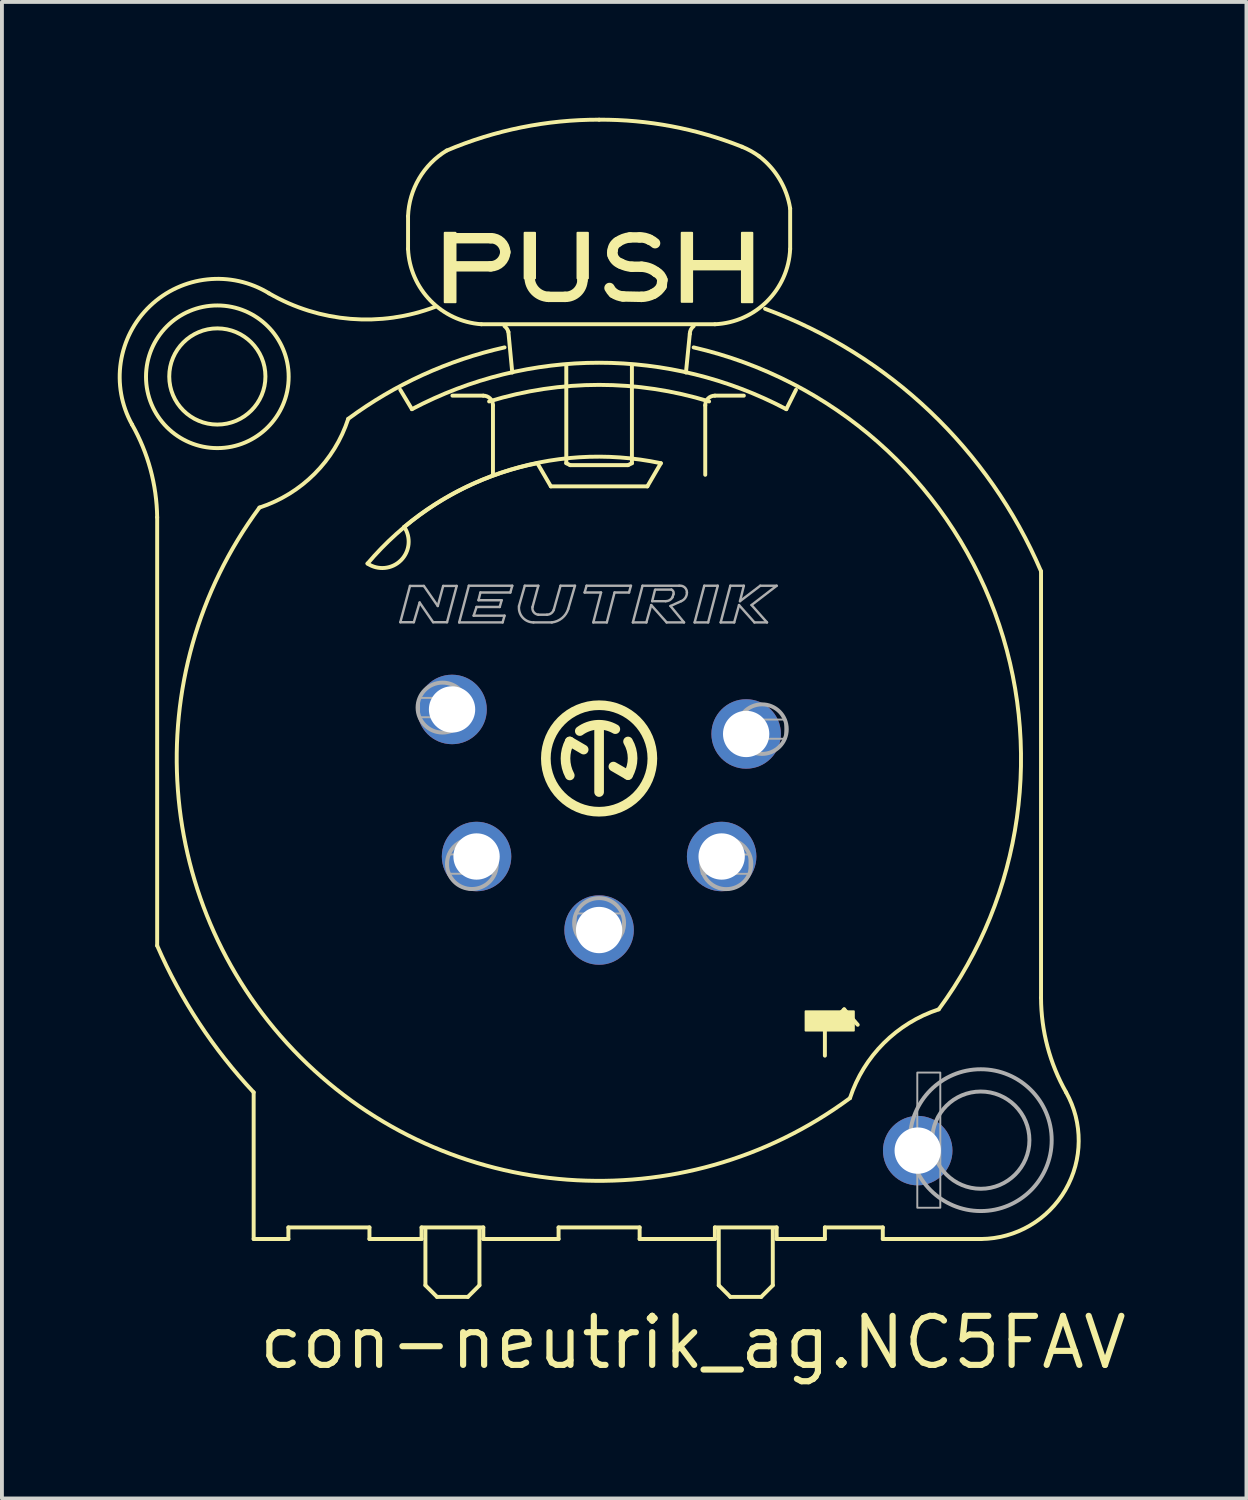
<source format=kicad_pcb>
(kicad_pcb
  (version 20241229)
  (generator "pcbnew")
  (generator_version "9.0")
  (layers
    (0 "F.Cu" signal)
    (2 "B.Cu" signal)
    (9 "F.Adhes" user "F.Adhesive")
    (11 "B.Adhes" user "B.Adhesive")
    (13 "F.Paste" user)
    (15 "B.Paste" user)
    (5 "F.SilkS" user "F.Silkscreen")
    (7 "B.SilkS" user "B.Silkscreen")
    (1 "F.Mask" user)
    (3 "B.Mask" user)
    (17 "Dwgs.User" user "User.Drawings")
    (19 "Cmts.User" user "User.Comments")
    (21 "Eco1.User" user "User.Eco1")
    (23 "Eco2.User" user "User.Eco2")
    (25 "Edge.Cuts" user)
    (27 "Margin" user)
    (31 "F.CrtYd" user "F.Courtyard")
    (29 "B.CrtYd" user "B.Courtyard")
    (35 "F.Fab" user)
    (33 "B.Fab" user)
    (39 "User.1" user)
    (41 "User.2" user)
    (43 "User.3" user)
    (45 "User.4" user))
  (footprint "con-neutrik_ag.NC5FAV"
    (layer "F.Cu")
    (at 12.472 16.601)
    (property "Reference" "con-neutrik_ag.NC5FAV" (at -8.89 15.875 0) (layer "F.SilkS") (effects (font (size 1.27 1.27) (thickness 0.16)) (justify left bottom)))
    (attr through_hole)
    (fp_line (start -11.45 4.85) (end -11.45 -6.25) (stroke (width 0.102) (type default)) (layer "F.SilkS"))
    (fp_line (start -8.95 8.65) (end -8.95 12.45) (stroke (width 0.102) (type default)) (layer "F.SilkS"))
    (fp_line (start -8.95 12.45) (end -8.05 12.45) (stroke (width 0.102) (type default)) (layer "F.SilkS"))
    (fp_line (start -8.05 12.15) (end -5.95 12.15) (stroke (width 0.102) (type default)) (layer "F.SilkS"))
    (fp_line (start -8.05 12.45) (end -8.05 12.15) (stroke (width 0.102) (type default)) (layer "F.SilkS"))
    (fp_line (start -5.95 12.15) (end -5.95 12.45) (stroke (width 0.102) (type default)) (layer "F.SilkS"))
    (fp_line (start -5.95 12.45) (end -4.6 12.45) (stroke (width 0.102) (type default)) (layer "F.SilkS"))
    (fp_line (start -4.95 -14.05) (end -4.95 -13.2) (stroke (width 0.102) (type default)) (layer "F.SilkS"))
    (fp_line (start -4.85 -9.05) (end -5.15 -9.55) (stroke (width 0.102) (type default)) (layer "F.SilkS"))
    (fp_line (start -4.6 12.15) (end -3 12.15) (stroke (width 0.102) (type default)) (layer "F.SilkS"))
    (fp_line (start -4.6 12.45) (end -4.6 12.15) (stroke (width 0.102) (type default)) (layer "F.SilkS"))
    (fp_line (start -4.5 12.2) (end -4.5 13.65) (stroke (width 0.102) (type default)) (layer "F.SilkS"))
    (fp_line (start -4.5 13.65) (end -4.2 13.95) (stroke (width 0.102) (type default)) (layer "F.SilkS"))
    (fp_line (start -4.2 13.95) (end -3.4 13.95) (stroke (width 0.102) (type default)) (layer "F.SilkS"))
    (fp_line (start -3.84 -13.48) (end -2.81 -13.48) (stroke (width 0.27) (type default)) (layer "F.SilkS"))
    (fp_line (start -3.8 -9.4) (end -3 -9.4) (stroke (width 0.102) (type default)) (layer "F.SilkS"))
    (fp_line (start -3.4 13.95) (end -3.1 13.65) (stroke (width 0.102) (type default)) (layer "F.SilkS"))
    (fp_line (start -3.1 13.65) (end -3.1 12.2) (stroke (width 0.102) (type default)) (layer "F.SilkS"))
    (fp_line (start -3.05 -11.25) (end 3 -11.25) (stroke (width 0.102) (type default)) (layer "F.SilkS"))
    (fp_line (start -3 12.15) (end -3 12.45) (stroke (width 0.102) (type default)) (layer "F.SilkS"))
    (fp_line (start -3 12.45) (end -1.05 12.45) (stroke (width 0.102) (type default)) (layer "F.SilkS"))
    (fp_line (start -2.81 -12.75) (end -3.77 -12.75) (stroke (width 0.27) (type default)) (layer "F.SilkS"))
    (fp_line (start -2.75 -9.15) (end -2.75 -7.35) (stroke (width 0.102) (type default)) (layer "F.SilkS"))
    (fp_line (start -2.25 -10) (end -2.35 -11.05) (stroke (width 0.102) (type default)) (layer "F.SilkS"))
    (fp_line (start -1.8 -12.53) (end -1.8 -12.47) (stroke (width 0.27) (type default)) (layer "F.SilkS"))
    (fp_line (start -1.6 -7.65) (end -1.25 -7.05) (stroke (width 0.102) (type default)) (layer "F.SilkS"))
    (fp_line (start -1.31 -11.96) (end -0.88 -11.96) (stroke (width 0.27) (type default)) (layer "F.SilkS"))
    (fp_line (start -1.25 -7.05) (end 1.25 -7.05) (stroke (width 0.102) (type default)) (layer "F.SilkS"))
    (fp_line (start -1.05 12.15) (end 1.05 12.15) (stroke (width 0.102) (type default)) (layer "F.SilkS"))
    (fp_line (start -1.05 12.45) (end -1.05 12.15) (stroke (width 0.102) (type default)) (layer "F.SilkS"))
    (fp_line (start -0.85 -10.2) (end -0.85 -7.65) (stroke (width 0.102) (type default)) (layer "F.SilkS"))
    (fp_line (start -0.85 -7.65) (end -0.75 -7.6) (stroke (width 0.102) (type default)) (layer "F.SilkS"))
    (fp_line (start -0.76 -0.44) (end -0.4 -0.23) (stroke (width 0.25) (type default)) (layer "F.SilkS"))
    (fp_line (start -0.75 -7.6) (end 0.75 -7.6) (stroke (width 0.102) (type default)) (layer "F.SilkS"))
    (fp_line (start -0.43 -12.4) (end -0.43 -12.45) (stroke (width 0.27) (type default)) (layer "F.SilkS"))
    (fp_line (start 0 0.87) (end 0 -0.78) (stroke (width 0.25) (type default)) (layer "F.SilkS"))
    (fp_line (start 0.37 0.21) (end 0.75 0.43) (stroke (width 0.25) (type default)) (layer "F.SilkS"))
    (fp_line (start 0.62 -11.97) (end 1.1 -11.96) (stroke (width 0.27) (type default)) (layer "F.SilkS"))
    (fp_line (start 0.75 -7.6) (end 0.85 -7.65) (stroke (width 0.102) (type default)) (layer "F.SilkS"))
    (fp_line (start 0.8 -13.5) (end 1.05 -13.5) (stroke (width 0.27) (type default)) (layer "F.SilkS"))
    (fp_line (start 0.85 -7.65) (end 0.85 -10.2) (stroke (width 0.102) (type default)) (layer "F.SilkS"))
    (fp_line (start 1.05 12.15) (end 1.05 12.45) (stroke (width 0.102) (type default)) (layer "F.SilkS"))
    (fp_line (start 1.05 12.45) (end 3 12.45) (stroke (width 0.102) (type default)) (layer "F.SilkS"))
    (fp_line (start 1.1 -12.74) (end 0.85 -12.74) (stroke (width 0.27) (type default)) (layer "F.SilkS"))
    (fp_line (start 1.25 -7.05) (end 1.6 -7.65) (stroke (width 0.102) (type default)) (layer "F.SilkS"))
    (fp_line (start 1.62 -12.24) (end 1.64 -12.4) (stroke (width 0.27) (type default)) (layer "F.SilkS"))
    (fp_line (start 2.25 -10) (end 2.35 -11) (stroke (width 0.102) (type default)) (layer "F.SilkS"))
    (fp_line (start 2.75 -9.15) (end 2.75 -7.35) (stroke (width 0.102) (type default)) (layer "F.SilkS"))
    (fp_line (start 3 12.15) (end 4.6 12.15) (stroke (width 0.102) (type default)) (layer "F.SilkS"))
    (fp_line (start 3 12.45) (end 3 12.15) (stroke (width 0.102) (type default)) (layer "F.SilkS"))
    (fp_line (start 3.1 12.2) (end 3.1 13.65) (stroke (width 0.102) (type default)) (layer "F.SilkS"))
    (fp_line (start 3.1 13.65) (end 3.4 13.95) (stroke (width 0.102) (type default)) (layer "F.SilkS"))
    (fp_line (start 3.4 13.95) (end 4.2 13.95) (stroke (width 0.102) (type default)) (layer "F.SilkS"))
    (fp_line (start 3.75 -9.4) (end 3 -9.4) (stroke (width 0.102) (type default)) (layer "F.SilkS"))
    (fp_line (start 4.2 13.95) (end 4.5 13.65) (stroke (width 0.102) (type default)) (layer "F.SilkS"))
    (fp_line (start 4.5 13.65) (end 4.5 12.2) (stroke (width 0.102) (type default)) (layer "F.SilkS"))
    (fp_line (start 4.6 12.15) (end 4.6 12.45) (stroke (width 0.102) (type default)) (layer "F.SilkS"))
    (fp_line (start 4.6 12.45) (end 5.85 12.45) (stroke (width 0.102) (type default)) (layer "F.SilkS"))
    (fp_line (start 4.95 -13.2) (end 4.95 -14.25) (stroke (width 0.102) (type default)) (layer "F.SilkS"))
    (fp_line (start 5.1 -9.55) (end 4.85 -9.05) (stroke (width 0.102) (type default)) (layer "F.SilkS"))
    (fp_line (start 5.85 7.7) (end 5.85 7) (stroke (width 0.102) (type default)) (layer "F.SilkS"))
    (fp_line (start 5.85 12.15) (end 7.35 12.15) (stroke (width 0.102) (type default)) (layer "F.SilkS"))
    (fp_line (start 5.85 12.45) (end 5.85 12.15) (stroke (width 0.102) (type default)) (layer "F.SilkS"))
    (fp_line (start 6.2 6.65) (end 6.35 6.5) (stroke (width 0.102) (type default)) (layer "F.SilkS"))
    (fp_line (start 6.35 6.5) (end 6.7 6.9) (stroke (width 0.102) (type default)) (layer "F.SilkS"))
    (fp_line (start 7.35 12.15) (end 7.35 12.45) (stroke (width 0.102) (type default)) (layer "F.SilkS"))
    (fp_line (start 7.35 12.45) (end 9.9 12.45) (stroke (width 0.102) (type default)) (layer "F.SilkS"))
    (fp_line (start 11.45 6.2) (end 11.45 -4.85) (stroke (width 0.102) (type default)) (layer "F.SilkS"))
    (fp_rect (start -4 -11.82) (end -3.72 -13.62) (stroke (width 0.05) (type default)) (fill yes) (layer "F.SilkS"))
    (fp_rect (start -1.93 -12.44) (end -1.66 -13.62) (stroke (width 0.05) (type default)) (fill yes) (layer "F.SilkS"))
    (fp_rect (start -0.56 -12.44) (end -0.29 -13.62) (stroke (width 0.05) (type default)) (fill yes) (layer "F.SilkS"))
    (fp_rect (start 2.14 -11.83) (end 2.41 -13.62) (stroke (width 0.05) (type default)) (fill yes) (layer "F.SilkS"))
    (fp_rect (start 2.37 -12.67) (end 3.74 -12.89) (stroke (width 0.05) (type default)) (fill yes) (layer "F.SilkS"))
    (fp_rect (start 3.7 -11.82) (end 3.97 -13.62) (stroke (width 0.05) (type default)) (fill yes) (layer "F.SilkS"))
    (fp_rect (start 5.35 7.05) (end 6.6 6.55) (stroke (width 0.05) (type default)) (fill yes) (layer "F.SilkS"))
    (fp_arc (start -12.1 -8.65) (mid -11.623725 -7.49097) (end -11.45 -6.25) (stroke (width 0.1016) (type default)) (layer "F.SilkS"))
    (fp_arc (start -12.1 -8.65) (mid -11.637659 -11.72057) (end -8.55 -12.05) (stroke (width 0.1016) (type default)) (layer "F.SilkS"))
    (fp_arc (start -8.95 8.65) (mid -10.363387 6.857491) (end -11.45 4.85) (stroke (width 0.1016) (type default)) (layer "F.SilkS"))
    (fp_arc (start -6.5 -8.8) (mid -7.373887 -7.373887) (end -8.8 -6.5) (stroke (width 0.1016) (type default)) (layer "F.SilkS"))
    (fp_arc (start -6.5 -8.8) (mid -4.571492 -9.936239) (end -2.45 -10.65) (stroke (width 0.1016) (type default)) (layer "F.SilkS"))
    (fp_arc (start -6 -5.05) (mid -2.558174 -7.396971) (end 1.6 -7.65) (stroke (width 0.1016) (type default)) (layer "F.SilkS"))
    (fp_arc (start -5.05 -6) (mid -5.134385 -5.134385) (end -6 -5.05) (stroke (width 0.1016) (type default)) (layer "F.SilkS"))
    (fp_arc (start -5.05 -6) (mid -3.429062 -7.042584) (end -1.6 -7.65) (stroke (width 0.1016) (type default)) (layer "F.SilkS"))
    (fp_arc (start -4.95 -14.05) (mid -4.664297 -15.026057) (end -3.95 -15.75) (stroke (width 0.1016) (type default)) (layer "F.SilkS"))
    (fp_arc (start -4.85 -9.05) (mid 0 -10.253012) (end 4.85 -9.05) (stroke (width 0.1016) (type default)) (layer "F.SilkS"))
    (fp_arc (start -4.25 -11.7) (mid -6.439494 -11.38979) (end -8.55 -12.05) (stroke (width 0.1016) (type default)) (layer "F.SilkS"))
    (fp_arc (start -3.95 -15.75) (mid -2.015493 -16.349936) (end 0 -16.55) (stroke (width 0.1016) (type default)) (layer "F.SilkS"))
    (fp_arc (start -3.05 -11.25) (mid -4.370688 -11.863817) (end -4.95 -13.2) (stroke (width 0.1016) (type default)) (layer "F.SilkS"))
    (fp_arc (start -3 -9.4) (mid -2.823223 -9.326777) (end -2.75 -9.15) (stroke (width 0.1016) (type default)) (layer "F.SilkS"))
    (fp_arc (start -2.85 -9.25) (mid 0 -9.679101) (end 2.85 -9.25) (stroke (width 0.1016) (type default)) (layer "F.SilkS"))
    (fp_arc (start -2.81 -13.48) (mid -2.547209 -13.376835) (end -2.43 -13.12) (stroke (width 0.27) (type default)) (layer "F.SilkS"))
    (fp_arc (start -2.45 -11.2) (mid -2.387829 -11.133114) (end -2.35 -11.05) (stroke (width 0.1016) (type default)) (layer "F.SilkS"))
    (fp_arc (start -2.43 -13.12) (mid -2.547374 -12.860411) (end -2.81 -12.75) (stroke (width 0.27) (type default)) (layer "F.SilkS"))
    (fp_arc (start -1.31 -11.96) (mid -1.658212 -12.115835) (end -1.8 -12.47) (stroke (width 0.27) (type default)) (layer "F.SilkS"))
    (fp_arc (start -0.76 0.44) (mid -0.870865 0) (end -0.76 -0.44) (stroke (width 0.25) (type default)) (layer "F.SilkS"))
    (fp_arc (start -0.5 -0.71) (mid -0.047468 -0.872402) (end 0.42 -0.76) (stroke (width 0.25) (type default)) (layer "F.SilkS"))
    (fp_arc (start -0.43 -12.4) (mid -0.563672 -12.086597) (end -0.88 -11.96) (stroke (width 0.27) (type default)) (layer "F.SilkS"))
    (fp_arc (start 0 -16.55) (mid 1.883659 -16.377911) (end 3.7 -15.85) (stroke (width 0.1016) (type default)) (layer "F.SilkS"))
    (fp_arc (start 0.35 -13.16) (mid 0.387877 -13.286027) (end 0.48 -13.38) (stroke (width 0.27) (type default)) (layer "F.SilkS"))
    (fp_arc (start 0.35 -13.04) (mid 0.338792 -13.1) (end 0.35 -13.16) (stroke (width 0.27) (type default)) (layer "F.SilkS"))
    (fp_arc (start 0.37 -12.06) (mid 0.314187 -12.120528) (end 0.27 -12.19) (stroke (width 0.27) (type default)) (layer "F.SilkS"))
    (fp_arc (start 0.48 -13.38) (mid 0.632191 -13.460823) (end 0.8 -13.5) (stroke (width 0.27) (type default)) (layer "F.SilkS"))
    (fp_arc (start 0.56 -12.82) (mid 0.429033 -12.905213) (end 0.35 -13.04) (stroke (width 0.27) (type default)) (layer "F.SilkS"))
    (fp_arc (start 0.62 -11.97) (mid 0.489068 -11.998523) (end 0.37 -12.06) (stroke (width 0.27) (type default)) (layer "F.SilkS"))
    (fp_arc (start 0.75 -0.44) (mid 0.867699 -0.005) (end 0.75 0.43) (stroke (width 0.25) (type default)) (layer "F.SilkS"))
    (fp_arc (start 0.85 -12.74) (mid 0.700863 -12.765004) (end 0.56 -12.82) (stroke (width 0.27) (type default)) (layer "F.SilkS"))
    (fp_arc (start 1.05 -13.5) (mid 1.183923 -13.486999) (end 1.31 -13.44) (stroke (width 0.27) (type default)) (layer "F.SilkS"))
    (fp_arc (start 1.1 -12.74) (mid 1.300928 -12.699662) (end 1.48 -12.6) (stroke (width 0.27) (type default)) (layer "F.SilkS"))
    (fp_arc (start 1.31 -13.44) (mid 1.383781 -13.400882) (end 1.45 -13.35) (stroke (width 0.27) (type default)) (layer "F.SilkS"))
    (fp_arc (start 1.41 -12.04) (mid 1.259789 -11.981444) (end 1.1 -11.96) (stroke (width 0.27) (type default)) (layer "F.SilkS"))
    (fp_arc (start 1.48 -12.6) (mid 1.581093 -12.516874) (end 1.64 -12.4) (stroke (width 0.27) (type default)) (layer "F.SilkS"))
    (fp_arc (start 1.62 -12.24) (mid 1.529802 -12.124457) (end 1.41 -12.04) (stroke (width 0.27) (type default)) (layer "F.SilkS"))
    (fp_arc (start 2.35 -11) (mid 2.376393 -11.111803) (end 2.45 -11.2) (stroke (width 0.1016) (type default)) (layer "F.SilkS"))
    (fp_arc (start 2.45 -10.65) (mid 10.251107 -3.787874) (end 8.8 6.5) (stroke (width 0.1016) (type default)) (layer "F.SilkS"))
    (fp_arc (start 2.75 -9.15) (mid 2.823223 -9.326777) (end 3 -9.4) (stroke (width 0.1016) (type default)) (layer "F.SilkS"))
    (fp_arc (start 3.7 -15.85) (mid 3.932782 -15.739008) (end 4.15 -15.6) (stroke (width 0.1016) (type default)) (layer "F.SilkS"))
    (fp_arc (start 4.15 -15.6) (mid 4.67948 -15.001729) (end 4.95 -14.25) (stroke (width 0.1016) (type default)) (layer "F.SilkS"))
    (fp_arc (start 4.3 -11.65) (mid 8.575358 -8.986406) (end 11.45 -4.85) (stroke (width 0.1016) (type default)) (layer "F.SilkS"))
    (fp_arc (start 4.95 -13.2) (mid 4.353429 -11.846571) (end 3 -11.25) (stroke (width 0.1016) (type default)) (layer "F.SilkS"))
    (fp_arc (start 6.5 8.8) (mid -7.739361 7.739361) (end -8.8 -6.5) (stroke (width 0.1016) (type default)) (layer "F.SilkS"))
    (fp_arc (start 6.5 8.8) (mid 7.374876 7.374876) (end 8.8 6.5) (stroke (width 0.1016) (type default)) (layer "F.SilkS"))
    (fp_arc (start 12.1 8.65) (mid 12.08264 11.176792) (end 9.9 12.45) (stroke (width 0.1016) (type default)) (layer "F.SilkS"))
    (fp_arc (start 12.1 8.65) (mid 11.617245 7.466853) (end 11.45 6.2) (stroke (width 0.1016) (type default)) (layer "F.SilkS"))
    (fp_circle (center -9.891 -9.897) (end -8.645 -9.897) (stroke (width 0.102) (type default)) (fill no) (layer "F.SilkS"))
    (fp_circle (center -9.891 -9.889) (end -8.043 -9.889) (stroke (width 0.102) (type default)) (fill no) (layer "F.SilkS"))
    (fp_circle (center 0 0) (end 1.38 0) (stroke (width 0.25) (type default)) (fill no) (layer "F.SilkS"))
    (fp_line (start -5.15 -3.53) (end -4.9 -4.47) (stroke (width 0.063) (type default)) (layer "F.Fab"))
    (fp_line (start -4.9 -4.47) (end -4.54 -4.47) (stroke (width 0.063) (type default)) (layer "F.Fab"))
    (fp_line (start -4.8 -3.53) (end -5.15 -3.53) (stroke (width 0.063) (type default)) (layer "F.Fab"))
    (fp_line (start -4.65 -4.04) (end -4.8 -3.53) (stroke (width 0.063) (type default)) (layer "F.Fab"))
    (fp_line (start -4.54 -4.47) (end -4.18 -3.95) (stroke (width 0.063) (type default)) (layer "F.Fab"))
    (fp_line (start -4.3 -3.53) (end -4.65 -4.04) (stroke (width 0.063) (type default)) (layer "F.Fab"))
    (fp_line (start -4.18 -3.95) (end -4.04 -4.47) (stroke (width 0.063) (type default)) (layer "F.Fab"))
    (fp_line (start -4.04 -4.47) (end -3.69 -4.47) (stroke (width 0.063) (type default)) (layer "F.Fab"))
    (fp_line (start -3.94 -3.53) (end -4.3 -3.53) (stroke (width 0.063) (type default)) (layer "F.Fab"))
    (fp_line (start -3.69 -4.47) (end -3.94 -3.53) (stroke (width 0.063) (type default)) (layer "F.Fab"))
    (fp_line (start -3.625 -3.525) (end -3.375 -4.475) (stroke (width 0.063) (type default)) (layer "F.Fab"))
    (fp_line (start -3.375 -4.475) (end -2.25 -4.475) (stroke (width 0.063) (type default)) (layer "F.Fab"))
    (fp_line (start -3.25 -3.7) (end -2.45 -3.7) (stroke (width 0.063) (type default)) (layer "F.Fab"))
    (fp_line (start -3.175 -3.925) (end -3.25 -3.7) (stroke (width 0.063) (type default)) (layer "F.Fab"))
    (fp_line (start -3.125 -4.1) (end -2.525 -4.1) (stroke (width 0.063) (type default)) (layer "F.Fab"))
    (fp_line (start -3.075 -4.3) (end -3.125 -4.1) (stroke (width 0.063) (type default)) (layer "F.Fab"))
    (fp_line (start -2.575 -3.925) (end -3.175 -3.925) (stroke (width 0.063) (type default)) (layer "F.Fab"))
    (fp_line (start -2.525 -4.1) (end -2.575 -3.925) (stroke (width 0.063) (type default)) (layer "F.Fab"))
    (fp_line (start -2.5 -3.525) (end -3.625 -3.525) (stroke (width 0.063) (type default)) (layer "F.Fab"))
    (fp_line (start -2.45 -3.7) (end -2.5 -3.525) (stroke (width 0.063) (type default)) (layer "F.Fab"))
    (fp_line (start -2.3 -4.3) (end -3.075 -4.3) (stroke (width 0.063) (type default)) (layer "F.Fab"))
    (fp_line (start -2.25 -4.475) (end -2.3 -4.3) (stroke (width 0.063) (type default)) (layer "F.Fab"))
    (fp_line (start -2.075 -3.95) (end -1.925 -4.475) (stroke (width 0.063) (type default)) (layer "F.Fab"))
    (fp_line (start -1.925 -4.475) (end -1.575 -4.475) (stroke (width 0.063) (type default)) (layer "F.Fab"))
    (fp_line (start -1.575 -4.475) (end -1.725 -3.925) (stroke (width 0.063) (type default)) (layer "F.Fab"))
    (fp_line (start -1.575 -3.725) (end -1.35 -3.725) (stroke (width 0.063) (type default)) (layer "F.Fab"))
    (fp_line (start -1.225 -3.525) (end -1.7 -3.525) (stroke (width 0.063) (type default)) (layer "F.Fab"))
    (fp_line (start -1.175 -3.85) (end -1 -4.475) (stroke (width 0.063) (type default)) (layer "F.Fab"))
    (fp_line (start -1 -4.475) (end -0.625 -4.475) (stroke (width 0.063) (type default)) (layer "F.Fab"))
    (fp_line (start -0.625 -4.475) (end -0.8 -3.875) (stroke (width 0.063) (type default)) (layer "F.Fab"))
    (fp_line (start -0.375 -4.3) (end -0.325 -4.475) (stroke (width 0.063) (type default)) (layer "F.Fab"))
    (fp_line (start -0.325 -4.475) (end 0.825 -4.475) (stroke (width 0.063) (type default)) (layer "F.Fab"))
    (fp_line (start -0.15 -3.525) (end 0.05 -4.3) (stroke (width 0.063) (type default)) (layer "F.Fab"))
    (fp_line (start 0.05 -4.3) (end -0.375 -4.3) (stroke (width 0.063) (type default)) (layer "F.Fab"))
    (fp_line (start 0.2 -3.525) (end -0.15 -3.525) (stroke (width 0.063) (type default)) (layer "F.Fab"))
    (fp_line (start 0.4 -4.3) (end 0.2 -3.525) (stroke (width 0.063) (type default)) (layer "F.Fab"))
    (fp_line (start 0.775 -4.3) (end 0.4 -4.3) (stroke (width 0.063) (type default)) (layer "F.Fab"))
    (fp_line (start 0.825 -4.475) (end 0.775 -4.3) (stroke (width 0.063) (type default)) (layer "F.Fab"))
    (fp_line (start 0.875 -3.525) (end 1.125 -4.475) (stroke (width 0.063) (type default)) (layer "F.Fab"))
    (fp_line (start 1.125 -4.475) (end 2.075 -4.475) (stroke (width 0.063) (type default)) (layer "F.Fab"))
    (fp_line (start 1.225 -3.525) (end 0.875 -3.525) (stroke (width 0.063) (type default)) (layer "F.Fab"))
    (fp_line (start 1.35 -3.975) (end 1.225 -3.525) (stroke (width 0.063) (type default)) (layer "F.Fab"))
    (fp_line (start 1.375 -4.075) (end 1.725 -4.075) (stroke (width 0.063) (type default)) (layer "F.Fab"))
    (fp_line (start 1.45 -4.375) (end 1.375 -4.075) (stroke (width 0.063) (type default)) (layer "F.Fab"))
    (fp_line (start 1.75 -3.525) (end 1.35 -3.975) (stroke (width 0.063) (type default)) (layer "F.Fab"))
    (fp_line (start 1.85 -3.95) (end 2.2 -3.525) (stroke (width 0.063) (type default)) (layer "F.Fab"))
    (fp_line (start 1.875 -4.375) (end 1.475 -4.375) (stroke (width 0.063) (type default)) (layer "F.Fab"))
    (fp_line (start 1.9 -4.175) (end 1.925 -4.25) (stroke (width 0.063) (type default)) (layer "F.Fab"))
    (fp_line (start 2.125 -4.075) (end 1.85 -3.95) (stroke (width 0.063) (type default)) (layer "F.Fab"))
    (fp_line (start 2.2 -3.525) (end 1.75 -3.525) (stroke (width 0.063) (type default)) (layer "F.Fab"))
    (fp_line (start 2.475 -3.525) (end 2.725 -4.475) (stroke (width 0.063) (type default)) (layer "F.Fab"))
    (fp_line (start 2.725 -4.475) (end 3.075 -4.475) (stroke (width 0.063) (type default)) (layer "F.Fab"))
    (fp_line (start 2.825 -3.525) (end 2.475 -3.525) (stroke (width 0.063) (type default)) (layer "F.Fab"))
    (fp_line (start 3.075 -4.475) (end 2.825 -3.525) (stroke (width 0.063) (type default)) (layer "F.Fab"))
    (fp_line (start 3.15 -3.525) (end 3.5 -3.525) (stroke (width 0.063) (type default)) (layer "F.Fab"))
    (fp_line (start 3.4 -4.475) (end 3.15 -3.525) (stroke (width 0.063) (type default)) (layer "F.Fab"))
    (fp_line (start 3.5 -3.525) (end 3.625 -3.975) (stroke (width 0.063) (type default)) (layer "F.Fab"))
    (fp_line (start 3.625 -3.975) (end 4.025 -3.525) (stroke (width 0.063) (type default)) (layer "F.Fab"))
    (fp_line (start 3.65 -4.075) (end 3.75 -4.475) (stroke (width 0.063) (type default)) (layer "F.Fab"))
    (fp_line (start 3.75 -4.475) (end 3.4 -4.475) (stroke (width 0.063) (type default)) (layer "F.Fab"))
    (fp_line (start 3.95 -3.975) (end 4.6 -4.475) (stroke (width 0.063) (type default)) (layer "F.Fab"))
    (fp_line (start 4.025 -3.525) (end 4.35 -3.525) (stroke (width 0.063) (type default)) (layer "F.Fab"))
    (fp_line (start 4.175 -4.475) (end 3.65 -4.075) (stroke (width 0.063) (type default)) (layer "F.Fab"))
    (fp_line (start 4.35 -3.525) (end 3.95 -3.975) (stroke (width 0.063) (type default)) (layer "F.Fab"))
    (fp_line (start 4.6 -4.475) (end 4.175 -4.475) (stroke (width 0.063) (type default)) (layer "F.Fab"))
    (fp_rect (start -4.665 -1.068) (end -3.446 -1.569) (stroke (width 0.05) (type default)) (fill no) (layer "F.Fab"))
    (fp_rect (start -3.911 2.987) (end -2.697 2.486) (stroke (width 0.05) (type default)) (fill no) (layer "F.Fab"))
    (fp_rect (start -0.61 4.516) (end 0.626 4.017) (stroke (width 0.05) (type default)) (fill no) (layer "F.Fab"))
    (fp_rect (start 2.66 2.989) (end 3.897 2.488) (stroke (width 0.05) (type default)) (fill no) (layer "F.Fab"))
    (fp_rect (start 3.611 -0.51) (end 4.827 -1.008) (stroke (width 0.05) (type default)) (fill no) (layer "F.Fab"))
    (fp_rect (start 8.244 11.64) (end 8.84 8.138) (stroke (width 0.05) (type default)) (fill no) (layer "F.Fab"))
    (fp_arc (start -1.7 -3.525) (mid -1.982521 -3.653658) (end -2.075 -3.95) (stroke (width 0.0634) (type default)) (layer "F.Fab"))
    (fp_arc (start -1.575 -3.725) (mid -1.69424 -3.79182) (end -1.725 -3.925) (stroke (width 0.0634) (type default)) (layer "F.Fab"))
    (fp_arc (start -1.175 -3.85) (mid -1.243029 -3.76024) (end -1.35 -3.725) (stroke (width 0.0634) (type default)) (layer "F.Fab"))
    (fp_arc (start -0.8 -3.875) (mid -0.960299 -3.636613) (end -1.225 -3.525) (stroke (width 0.0634) (type default)) (layer "F.Fab"))
    (fp_arc (start 1.875 -4.375) (mid 1.925888 -4.322855) (end 1.925 -4.25) (stroke (width 0.0634) (type default)) (layer "F.Fab"))
    (fp_arc (start 1.9 -4.175) (mid 1.82636 -4.100745) (end 1.725 -4.075) (stroke (width 0.0634) (type default)) (layer "F.Fab"))
    (fp_arc (start 2.075 -4.475) (mid 2.215618 -4.433921) (end 2.275 -4.3) (stroke (width 0.0634) (type default)) (layer "F.Fab"))
    (fp_arc (start 2.275 -4.3) (mid 2.235142 -4.164072) (end 2.125 -4.075) (stroke (width 0.0634) (type default)) (layer "F.Fab"))
    (fp_circle (center -4.056 -1.318) (end -3.409 -1.318) (stroke (width 0.102) (type default)) (fill no) (layer "F.Fab"))
    (fp_circle (center -3.296 2.736) (end -2.65 2.736) (stroke (width 0.102) (type default)) (fill no) (layer "F.Fab"))
    (fp_circle (center 0 4.265) (end 0.647 4.265) (stroke (width 0.102) (type default)) (fill no) (layer "F.Fab"))
    (fp_circle (center 3.296 2.737) (end 3.944 2.737) (stroke (width 0.102) (type default)) (fill no) (layer "F.Fab"))
    (fp_circle (center 4.22 -0.76) (end 4.862 -0.76) (stroke (width 0.102) (type default)) (fill no) (layer "F.Fab"))
    (fp_circle (center 9.889 9.889) (end 11.149 9.889) (stroke (width 0.102) (type default)) (fill no) (layer "F.Fab"))
    (fp_circle (center 9.889 9.889) (end 11.726 9.889) (stroke (width 0.102) (type default)) (fill no) (layer "F.Fab"))
    (pad "1" thru_hole circle (at 3.81 -0.635) (size 1.8 1.8) (drill 1.2) (layers "*.Cu" "*.Mask"))
    (pad "2" thru_hole circle (at 3.175 2.54) (size 1.8 1.8) (drill 1.2) (layers "*.Cu" "*.Mask"))
    (pad "3" thru_hole circle (at 0 4.445) (size 1.8 1.8) (drill 1.2) (layers "*.Cu" "*.Mask"))
    (pad "4" thru_hole circle (at -3.175 2.54) (size 1.8 1.8) (drill 1.2) (layers "*.Cu" "*.Mask"))
    (pad "5" thru_hole circle (at -3.81 -1.27) (size 1.8 1.8) (drill 1.2) (layers "*.Cu" "*.Mask"))
    (pad "G" thru_hole circle (at 8.255 10.16) (size 1.8 1.8) (drill 1.2) (layers "*.Cu" "*.Mask")))
  (gr_rect
    (start -3 -3)
    (end 29.244 35.773)
    (stroke (width 0.1) (type default))
    (fill no)
    (layer "Edge.Cuts")))
</source>
